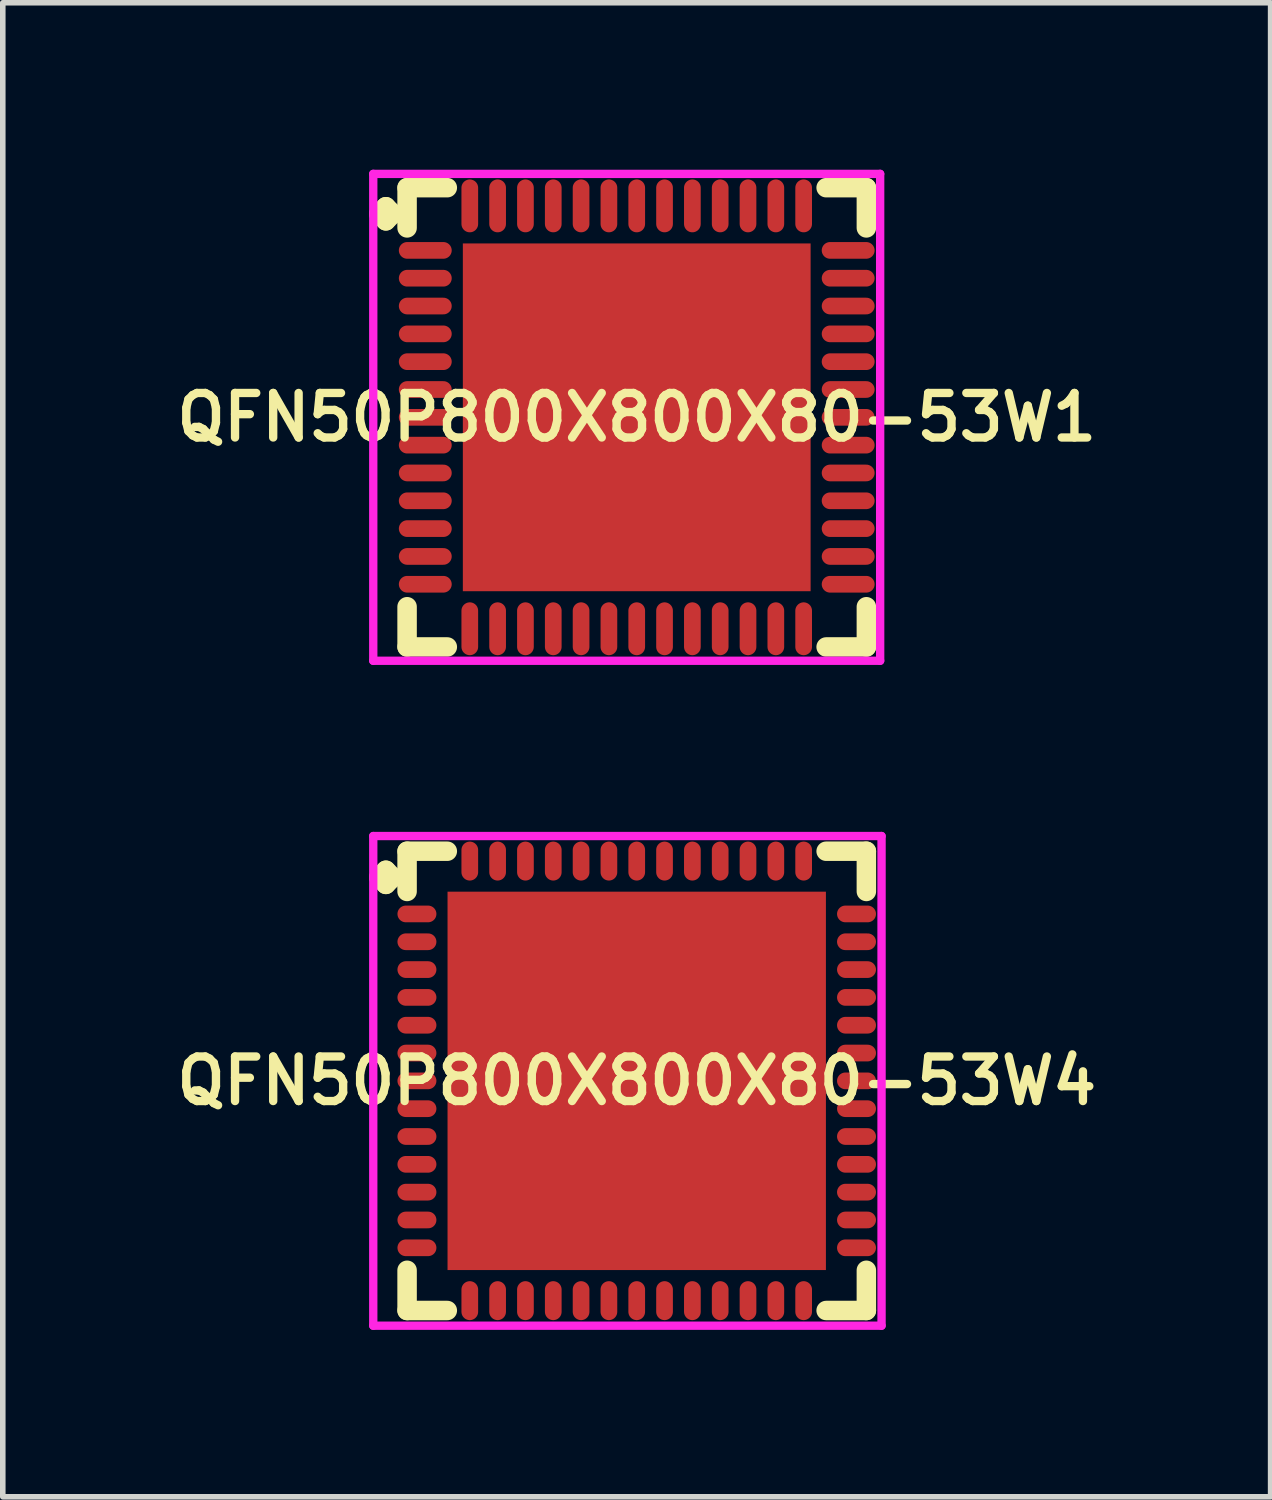
<source format=kicad_pcb>
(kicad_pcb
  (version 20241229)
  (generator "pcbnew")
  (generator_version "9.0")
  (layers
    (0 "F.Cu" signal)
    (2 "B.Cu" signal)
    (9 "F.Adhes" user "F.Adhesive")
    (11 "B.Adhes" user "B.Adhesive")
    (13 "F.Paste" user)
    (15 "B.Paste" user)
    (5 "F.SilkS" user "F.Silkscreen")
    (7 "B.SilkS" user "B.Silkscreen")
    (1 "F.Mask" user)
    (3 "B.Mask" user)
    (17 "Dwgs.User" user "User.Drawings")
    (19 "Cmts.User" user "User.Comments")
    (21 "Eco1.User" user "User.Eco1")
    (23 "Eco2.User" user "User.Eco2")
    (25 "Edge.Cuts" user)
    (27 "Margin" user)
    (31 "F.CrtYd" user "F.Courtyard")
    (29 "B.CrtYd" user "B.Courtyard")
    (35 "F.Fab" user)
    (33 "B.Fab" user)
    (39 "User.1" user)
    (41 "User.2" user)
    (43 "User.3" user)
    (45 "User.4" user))
  (footprint "QFN50P800X800X80-53W4"
    (layer "F.Cu")
    (at 8.393 16.375)
    (property "Reference" "QFN50P800X800X80-53W4" (at 0 0 0) (layer "F.SilkS") (effects (font (size 0.8 0.8) (thickness 0.15))))
    (attr smd)
    (fp_line (start -4.635 -3.658) (end -4.508 -3.785) (stroke (width 0.35) (type solid)) (layer "F.SilkS"))
    (fp_line (start -4.508 -3.785) (end -4.381 -3.658) (stroke (width 0.35) (type solid)) (layer "F.SilkS"))
    (fp_line (start -4.508 -3.531) (end -4.635 -3.658) (stroke (width 0.35) (type solid)) (layer "F.SilkS"))
    (fp_line (start -4.381 -3.658) (end -4.508 -3.531) (stroke (width 0.35) (type solid)) (layer "F.SilkS"))
    (fp_line (start -4.127 -4.127) (end -3.404 -4.127) (stroke (width 0.35) (type solid)) (layer "F.SilkS"))
    (fp_line (start -4.127 -3.404) (end -4.127 -4.127) (stroke (width 0.35) (type solid)) (layer "F.SilkS"))
    (fp_line (start -4.127 3.404) (end -4.127 4.127) (stroke (width 0.35) (type solid)) (layer "F.SilkS"))
    (fp_line (start -4.127 4.127) (end -3.404 4.127) (stroke (width 0.35) (type solid)) (layer "F.SilkS"))
    (fp_line (start 3.404 -4.127) (end 4.127 -4.127) (stroke (width 0.35) (type solid)) (layer "F.SilkS"))
    (fp_line (start 3.404 4.127) (end 4.127 4.127) (stroke (width 0.35) (type solid)) (layer "F.SilkS"))
    (fp_line (start 4.127 -4.127) (end 4.127 -3.404) (stroke (width 0.35) (type solid)) (layer "F.SilkS"))
    (fp_line (start 4.127 4.127) (end 4.127 3.404) (stroke (width 0.35) (type solid)) (layer "F.SilkS"))
    (fp_line (start -4.735 -4.4) (end 4.4 -4.4) (stroke (width 0.15) (type solid)) (layer "F.CrtYd"))
    (fp_line (start -4.735 4.4) (end -4.735 -4.4) (stroke (width 0.15) (type solid)) (layer "F.CrtYd"))
    (fp_line (start 4.4 -4.4) (end 4.4 4.4) (stroke (width 0.15) (type solid)) (layer "F.CrtYd"))
    (fp_line (start 4.4 4.4) (end -4.735 4.4) (stroke (width 0.15) (type solid)) (layer "F.CrtYd"))
    (pad "1" smd oval (at -3.95 -3) (size 0.7 0.3) (layers "F.Cu" "F.Mask" "F.Paste"))
    (pad "2" smd oval (at -3.95 -2.5) (size 0.7 0.3) (layers "F.Cu" "F.Mask" "F.Paste"))
    (pad "3" smd oval (at -3.95 -2) (size 0.7 0.3) (layers "F.Cu" "F.Mask" "F.Paste"))
    (pad "4" smd oval (at -3.95 -1.5) (size 0.7 0.3) (layers "F.Cu" "F.Mask" "F.Paste"))
    (pad "5" smd oval (at -3.95 -1) (size 0.7 0.3) (layers "F.Cu" "F.Mask" "F.Paste"))
    (pad "6" smd oval (at -3.95 -0.5) (size 0.7 0.3) (layers "F.Cu" "F.Mask" "F.Paste"))
    (pad "7" smd oval (at -3.95 0) (size 0.7 0.3) (layers "F.Cu" "F.Mask" "F.Paste"))
    (pad "8" smd oval (at -3.95 0.5) (size 0.7 0.3) (layers "F.Cu" "F.Mask" "F.Paste"))
    (pad "9" smd oval (at -3.95 1) (size 0.7 0.3) (layers "F.Cu" "F.Mask" "F.Paste"))
    (pad "10" smd oval (at -3.95 1.5) (size 0.7 0.3) (layers "F.Cu" "F.Mask" "F.Paste"))
    (pad "11" smd oval (at -3.95 2) (size 0.7 0.3) (layers "F.Cu" "F.Mask" "F.Paste"))
    (pad "12" smd oval (at -3.95 2.5) (size 0.7 0.3) (layers "F.Cu" "F.Mask" "F.Paste"))
    (pad "13" smd oval (at -3.95 3) (size 0.7 0.3) (layers "F.Cu" "F.Mask" "F.Paste"))
    (pad "14" smd oval (at -3 3.95) (size 0.3 0.7) (layers "F.Cu" "F.Mask" "F.Paste"))
    (pad "15" smd oval (at -2.5 3.95) (size 0.3 0.7) (layers "F.Cu" "F.Mask" "F.Paste"))
    (pad "16" smd oval (at -2 3.95) (size 0.3 0.7) (layers "F.Cu" "F.Mask" "F.Paste"))
    (pad "17" smd oval (at -1.5 3.95) (size 0.3 0.7) (layers "F.Cu" "F.Mask" "F.Paste"))
    (pad "18" smd oval (at -1 3.95) (size 0.3 0.7) (layers "F.Cu" "F.Mask" "F.Paste"))
    (pad "19" smd oval (at -0.5 3.95) (size 0.3 0.7) (layers "F.Cu" "F.Mask" "F.Paste"))
    (pad "20" smd oval (at 0 3.95) (size 0.3 0.7) (layers "F.Cu" "F.Mask" "F.Paste"))
    (pad "21" smd oval (at 0.5 3.95) (size 0.3 0.7) (layers "F.Cu" "F.Mask" "F.Paste"))
    (pad "22" smd oval (at 1 3.95) (size 0.3 0.7) (layers "F.Cu" "F.Mask" "F.Paste"))
    (pad "23" smd oval (at 1.5 3.95) (size 0.3 0.7) (layers "F.Cu" "F.Mask" "F.Paste"))
    (pad "24" smd oval (at 2 3.95) (size 0.3 0.7) (layers "F.Cu" "F.Mask" "F.Paste"))
    (pad "25" smd oval (at 2.5 3.95) (size 0.3 0.7) (layers "F.Cu" "F.Mask" "F.Paste"))
    (pad "26" smd oval (at 3 3.95) (size 0.3 0.7) (layers "F.Cu" "F.Mask" "F.Paste"))
    (pad "27" smd oval (at 3.95 3) (size 0.7 0.3) (layers "F.Cu" "F.Mask" "F.Paste"))
    (pad "28" smd oval (at 3.95 2.5) (size 0.7 0.3) (layers "F.Cu" "F.Mask" "F.Paste"))
    (pad "29" smd oval (at 3.95 2) (size 0.7 0.3) (layers "F.Cu" "F.Mask" "F.Paste"))
    (pad "30" smd oval (at 3.95 1.5) (size 0.7 0.3) (layers "F.Cu" "F.Mask" "F.Paste"))
    (pad "31" smd oval (at 3.95 1) (size 0.7 0.3) (layers "F.Cu" "F.Mask" "F.Paste"))
    (pad "32" smd oval (at 3.95 0.5) (size 0.7 0.3) (layers "F.Cu" "F.Mask" "F.Paste"))
    (pad "33" smd oval (at 3.95 0) (size 0.7 0.3) (layers "F.Cu" "F.Mask" "F.Paste"))
    (pad "34" smd oval (at 3.95 -0.5) (size 0.7 0.3) (layers "F.Cu" "F.Mask" "F.Paste"))
    (pad "35" smd oval (at 3.95 -1) (size 0.7 0.3) (layers "F.Cu" "F.Mask" "F.Paste"))
    (pad "36" smd oval (at 3.95 -1.5) (size 0.7 0.3) (layers "F.Cu" "F.Mask" "F.Paste"))
    (pad "37" smd oval (at 3.95 -2) (size 0.7 0.3) (layers "F.Cu" "F.Mask" "F.Paste"))
    (pad "38" smd oval (at 3.95 -2.5) (size 0.7 0.3) (layers "F.Cu" "F.Mask" "F.Paste"))
    (pad "39" smd oval (at 3.95 -3) (size 0.7 0.3) (layers "F.Cu" "F.Mask" "F.Paste"))
    (pad "40" smd oval (at 3 -3.95) (size 0.3 0.7) (layers "F.Cu" "F.Mask" "F.Paste"))
    (pad "41" smd oval (at 2.5 -3.95) (size 0.3 0.7) (layers "F.Cu" "F.Mask" "F.Paste"))
    (pad "42" smd oval (at 2 -3.95) (size 0.3 0.7) (layers "F.Cu" "F.Mask" "F.Paste"))
    (pad "43" smd oval (at 1.5 -3.95) (size 0.3 0.7) (layers "F.Cu" "F.Mask" "F.Paste"))
    (pad "44" smd oval (at 1 -3.95) (size 0.3 0.7) (layers "F.Cu" "F.Mask" "F.Paste"))
    (pad "45" smd oval (at 0.5 -3.95) (size 0.3 0.7) (layers "F.Cu" "F.Mask" "F.Paste"))
    (pad "46" smd oval (at 0 -3.95) (size 0.3 0.7) (layers "F.Cu" "F.Mask" "F.Paste"))
    (pad "47" smd oval (at -0.5 -3.95) (size 0.3 0.7) (layers "F.Cu" "F.Mask" "F.Paste"))
    (pad "48" smd oval (at -1 -3.95) (size 0.3 0.7) (layers "F.Cu" "F.Mask" "F.Paste"))
    (pad "49" smd oval (at -1.5 -3.95) (size 0.3 0.7) (layers "F.Cu" "F.Mask" "F.Paste"))
    (pad "50" smd oval (at -2 -3.95) (size 0.3 0.7) (layers "F.Cu" "F.Mask" "F.Paste"))
    (pad "51" smd oval (at -2.5 -3.95) (size 0.3 0.7) (layers "F.Cu" "F.Mask" "F.Paste"))
    (pad "52" smd oval (at -3 -3.95) (size 0.3 0.7) (layers "F.Cu" "F.Mask" "F.Paste"))
    (pad "53" smd rect (at 0 0) (size 6.8 6.8) (layers "F.Cu" "F.Mask" "F.Paste")))
  (footprint "QFN50P800X800X80-53W1"
    (layer "F.Cu")
    (at 8.393 4.45)
    (property "Reference" "QFN50P800X800X80-53W1" (at 0 0 0) (layer "F.SilkS") (effects (font (size 0.8 0.8) (thickness 0.15))))
    (attr through_hole)
    (fp_line (start -4.635 -3.658) (end -4.508 -3.785) (stroke (width 0.35) (type solid)) (layer "F.SilkS"))
    (fp_line (start -4.508 -3.785) (end -4.381 -3.658) (stroke (width 0.35) (type solid)) (layer "F.SilkS"))
    (fp_line (start -4.508 -3.531) (end -4.635 -3.658) (stroke (width 0.35) (type solid)) (layer "F.SilkS"))
    (fp_line (start -4.381 -3.658) (end -4.508 -3.531) (stroke (width 0.35) (type solid)) (layer "F.SilkS"))
    (fp_line (start -4.127 -4.127) (end -3.404 -4.127) (stroke (width 0.35) (type solid)) (layer "F.SilkS"))
    (fp_line (start -4.127 -3.404) (end -4.127 -4.127) (stroke (width 0.35) (type solid)) (layer "F.SilkS"))
    (fp_line (start -4.127 3.404) (end -4.127 4.127) (stroke (width 0.35) (type solid)) (layer "F.SilkS"))
    (fp_line (start -4.127 4.127) (end -3.404 4.127) (stroke (width 0.35) (type solid)) (layer "F.SilkS"))
    (fp_line (start 3.404 -4.127) (end 4.127 -4.127) (stroke (width 0.35) (type solid)) (layer "F.SilkS"))
    (fp_line (start 3.404 4.127) (end 4.127 4.127) (stroke (width 0.35) (type solid)) (layer "F.SilkS"))
    (fp_line (start 4.127 -4.127) (end 4.127 -3.404) (stroke (width 0.35) (type solid)) (layer "F.SilkS"))
    (fp_line (start 4.127 4.127) (end 4.127 3.404) (stroke (width 0.35) (type solid)) (layer "F.SilkS"))
    (fp_line (start -4.735 -4.375) (end 4.375 -4.375) (stroke (width 0.15) (type solid)) (layer "F.CrtYd"))
    (fp_line (start -4.735 4.375) (end -4.735 -4.375) (stroke (width 0.15) (type solid)) (layer "F.CrtYd"))
    (fp_line (start 4.375 -4.375) (end 4.375 4.375) (stroke (width 0.15) (type solid)) (layer "F.CrtYd"))
    (fp_line (start 4.375 4.375) (end -4.735 4.375) (stroke (width 0.15) (type solid)) (layer "F.CrtYd"))
    (pad "1" smd oval (at -3.8 -3) (size 0.95 0.3) (layers "F.Cu" "F.Mask" "F.Paste"))
    (pad "2" smd oval (at -3.8 -2.5) (size 0.95 0.3) (layers "F.Cu" "F.Mask" "F.Paste"))
    (pad "3" smd oval (at -3.8 -2) (size 0.95 0.3) (layers "F.Cu" "F.Mask" "F.Paste"))
    (pad "4" smd oval (at -3.8 -1.5) (size 0.95 0.3) (layers "F.Cu" "F.Mask" "F.Paste"))
    (pad "5" smd oval (at -3.8 -1) (size 0.95 0.3) (layers "F.Cu" "F.Mask" "F.Paste"))
    (pad "6" smd oval (at -3.8 -0.5) (size 0.95 0.3) (layers "F.Cu" "F.Mask" "F.Paste"))
    (pad "7" smd oval (at -3.8 0) (size 0.95 0.3) (layers "F.Cu" "F.Mask" "F.Paste"))
    (pad "8" smd oval (at -3.8 0.5) (size 0.95 0.3) (layers "F.Cu" "F.Mask" "F.Paste"))
    (pad "9" smd oval (at -3.8 1) (size 0.95 0.3) (layers "F.Cu" "F.Mask" "F.Paste"))
    (pad "10" smd oval (at -3.8 1.5) (size 0.95 0.3) (layers "F.Cu" "F.Mask" "F.Paste"))
    (pad "11" smd oval (at -3.8 2) (size 0.95 0.3) (layers "F.Cu" "F.Mask" "F.Paste"))
    (pad "12" smd oval (at -3.8 2.5) (size 0.95 0.3) (layers "F.Cu" "F.Mask" "F.Paste"))
    (pad "13" smd oval (at -3.8 3) (size 0.95 0.3) (layers "F.Cu" "F.Mask" "F.Paste"))
    (pad "14" smd oval (at -3 3.8) (size 0.3 0.95) (layers "F.Cu" "F.Mask" "F.Paste"))
    (pad "15" smd oval (at -2.5 3.8) (size 0.3 0.95) (layers "F.Cu" "F.Mask" "F.Paste"))
    (pad "16" smd oval (at -2 3.8) (size 0.3 0.95) (layers "F.Cu" "F.Mask" "F.Paste"))
    (pad "17" smd oval (at -1.5 3.8) (size 0.3 0.95) (layers "F.Cu" "F.Mask" "F.Paste"))
    (pad "18" smd oval (at -1 3.8) (size 0.3 0.95) (layers "F.Cu" "F.Mask" "F.Paste"))
    (pad "19" smd oval (at -0.5 3.8) (size 0.3 0.95) (layers "F.Cu" "F.Mask" "F.Paste"))
    (pad "20" smd oval (at 0 3.8) (size 0.3 0.95) (layers "F.Cu" "F.Mask" "F.Paste"))
    (pad "21" smd oval (at 0.5 3.8) (size 0.3 0.95) (layers "F.Cu" "F.Mask" "F.Paste"))
    (pad "22" smd oval (at 1 3.8) (size 0.3 0.95) (layers "F.Cu" "F.Mask" "F.Paste"))
    (pad "23" smd oval (at 1.5 3.8) (size 0.3 0.95) (layers "F.Cu" "F.Mask" "F.Paste"))
    (pad "24" smd oval (at 2 3.8) (size 0.3 0.95) (layers "F.Cu" "F.Mask" "F.Paste"))
    (pad "25" smd oval (at 2.5 3.8) (size 0.3 0.95) (layers "F.Cu" "F.Mask" "F.Paste"))
    (pad "26" smd oval (at 3 3.8) (size 0.3 0.95) (layers "F.Cu" "F.Mask" "F.Paste"))
    (pad "27" smd oval (at 3.8 3) (size 0.95 0.3) (layers "F.Cu" "F.Mask" "F.Paste"))
    (pad "28" smd oval (at 3.8 2.5) (size 0.95 0.3) (layers "F.Cu" "F.Mask" "F.Paste"))
    (pad "29" smd oval (at 3.8 2) (size 0.95 0.3) (layers "F.Cu" "F.Mask" "F.Paste"))
    (pad "30" smd oval (at 3.8 1.5) (size 0.95 0.3) (layers "F.Cu" "F.Mask" "F.Paste"))
    (pad "31" smd oval (at 3.8 1) (size 0.95 0.3) (layers "F.Cu" "F.Mask" "F.Paste"))
    (pad "32" smd oval (at 3.8 0.5) (size 0.95 0.3) (layers "F.Cu" "F.Mask" "F.Paste"))
    (pad "33" smd oval (at 3.8 0) (size 0.95 0.3) (layers "F.Cu" "F.Mask" "F.Paste"))
    (pad "34" smd oval (at 3.8 -0.5) (size 0.95 0.3) (layers "F.Cu" "F.Mask" "F.Paste"))
    (pad "35" smd oval (at 3.8 -1) (size 0.95 0.3) (layers "F.Cu" "F.Mask" "F.Paste"))
    (pad "36" smd oval (at 3.8 -1.5) (size 0.95 0.3) (layers "F.Cu" "F.Mask" "F.Paste"))
    (pad "37" smd oval (at 3.8 -2) (size 0.95 0.3) (layers "F.Cu" "F.Mask" "F.Paste"))
    (pad "38" smd oval (at 3.8 -2.5) (size 0.95 0.3) (layers "F.Cu" "F.Mask" "F.Paste"))
    (pad "39" smd oval (at 3.8 -3) (size 0.95 0.3) (layers "F.Cu" "F.Mask" "F.Paste"))
    (pad "40" smd oval (at 3 -3.8) (size 0.3 0.95) (layers "F.Cu" "F.Mask" "F.Paste"))
    (pad "41" smd oval (at 2.5 -3.8) (size 0.3 0.95) (layers "F.Cu" "F.Mask" "F.Paste"))
    (pad "42" smd oval (at 2 -3.8) (size 0.3 0.95) (layers "F.Cu" "F.Mask" "F.Paste"))
    (pad "43" smd oval (at 1.5 -3.8) (size 0.3 0.95) (layers "F.Cu" "F.Mask" "F.Paste"))
    (pad "44" smd oval (at 1 -3.8) (size 0.3 0.95) (layers "F.Cu" "F.Mask" "F.Paste"))
    (pad "45" smd oval (at 0.5 -3.8) (size 0.3 0.95) (layers "F.Cu" "F.Mask" "F.Paste"))
    (pad "46" smd oval (at 0 -3.8) (size 0.3 0.95) (layers "F.Cu" "F.Mask" "F.Paste"))
    (pad "47" smd oval (at -0.5 -3.8) (size 0.3 0.95) (layers "F.Cu" "F.Mask" "F.Paste"))
    (pad "48" smd oval (at -1 -3.8) (size 0.3 0.95) (layers "F.Cu" "F.Mask" "F.Paste"))
    (pad "49" smd oval (at -1.5 -3.8) (size 0.3 0.95) (layers "F.Cu" "F.Mask" "F.Paste"))
    (pad "50" smd oval (at -2 -3.8) (size 0.3 0.95) (layers "F.Cu" "F.Mask" "F.Paste"))
    (pad "51" smd oval (at -2.5 -3.8) (size 0.3 0.95) (layers "F.Cu" "F.Mask" "F.Paste"))
    (pad "52" smd oval (at -3 -3.8) (size 0.3 0.95) (layers "F.Cu" "F.Mask" "F.Paste"))
    (pad "53" smd rect (at 0 0) (size 6.25 6.25) (layers "F.Cu" "F.Mask" "F.Paste")))
  (gr_rect
    (start -3 -3)
    (end 19.785 23.85)
    (stroke (width 0.1) (type default))
    (fill no)
    (layer "Edge.Cuts")))
</source>
